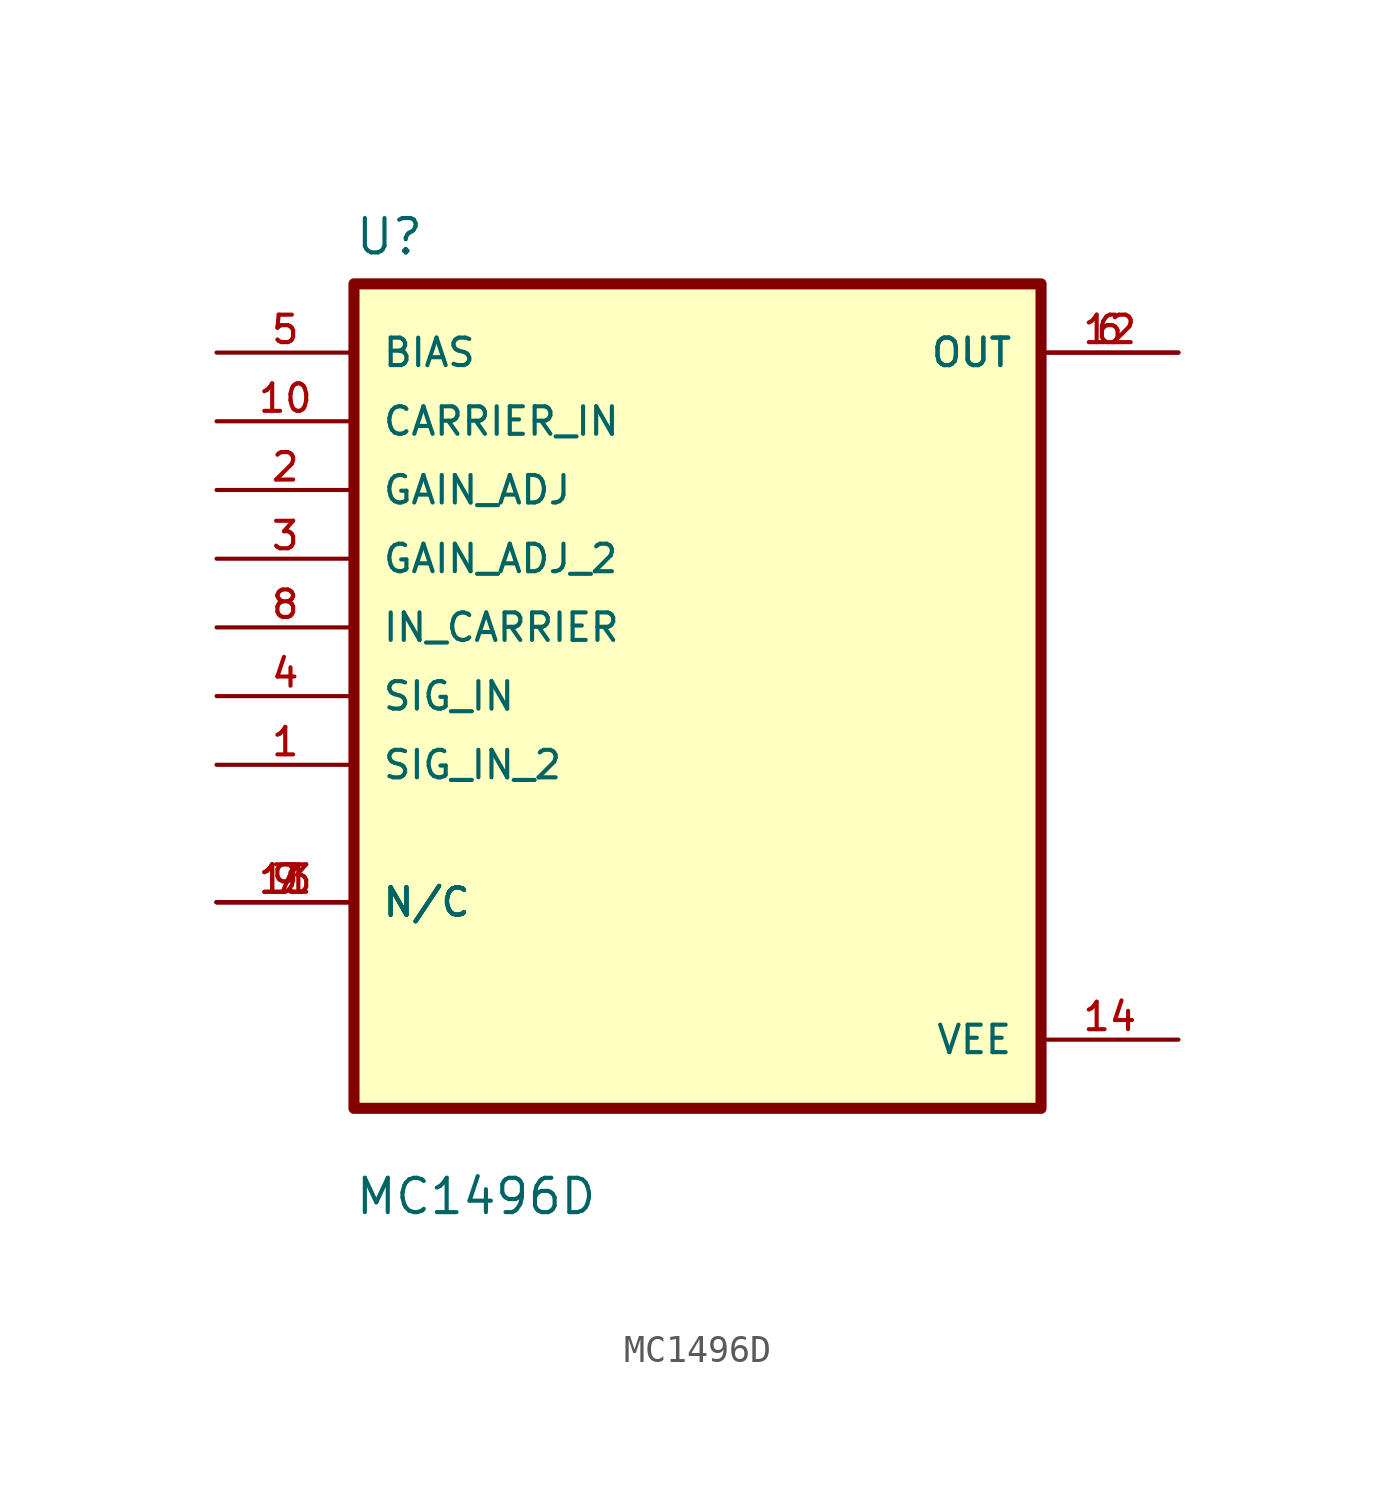
<source format=kicad_sym>
(kicad_symbol_lib
  (version 20211014)
  (generator kicad_symbol_editor)
  (symbol "MC1496D"
    (pin_names
      (offset 1.016))
    (property "Reference" "U"
      (at -12.7 16.24 0.0)
      (effects (font (size 1.27 1.27)) (justify bottom left)))
    (property "Value" "MC1496D"
      (at -12.7 -19.24 0.0)
      (effects (font (size 1.27 1.27)) (justify bottom left)))
    (symbol "MC1496D_0_0"
      (rectangle (start -12.7 -15.24) (end 12.7 15.24) (stroke (width 0.41)) (fill (type background)))
      (pin input line (at -17.78 12.7 0) (length 5.08) (name "BIAS" (effects (font (size 1.016 1.016)))) (number "5" (effects (font (size 1.016 1.016)))))
      (pin input line (at -17.78 10.16 0) (length 5.08) (name "CARRIER_IN" (effects (font (size 1.016 1.016)))) (number "10" (effects (font (size 1.016 1.016)))))
      (pin input line (at -17.78 7.62 0) (length 5.08) (name "GAIN_ADJ" (effects (font (size 1.016 1.016)))) (number "2" (effects (font (size 1.016 1.016)))))
      (pin input line (at -17.78 5.08 0) (length 5.08) (name "GAIN_ADJ_2" (effects (font (size 1.016 1.016)))) (number "3" (effects (font (size 1.016 1.016)))))
      (pin input line (at -17.78 2.54 0) (length 5.08) (name "IN_CARRIER" (effects (font (size 1.016 1.016)))) (number "8" (effects (font (size 1.016 1.016)))))
      (pin input line (at -17.78 0.0 0) (length 5.08) (name "SIG_IN" (effects (font (size 1.016 1.016)))) (number "4" (effects (font (size 1.016 1.016)))))
      (pin input line (at -17.78 -2.54 0) (length 5.08) (name "SIG_IN_2" (effects (font (size 1.016 1.016)))) (number "1" (effects (font (size 1.016 1.016)))))
      (pin bidirectional line (at -17.78 -7.62 0) (length 5.08) (name "N/C" (effects (font (size 1.016 1.016)))) (number "7" (effects (font (size 1.016 1.016)))))
      (pin bidirectional line (at -17.78 -7.62 0) (length 5.08) (name "N/C" (effects (font (size 1.016 1.016)))) (number "9" (effects (font (size 1.016 1.016)))))
      (pin bidirectional line (at -17.78 -7.62 0) (length 5.08) (name "N/C" (effects (font (size 1.016 1.016)))) (number "11" (effects (font (size 1.016 1.016)))))
      (pin bidirectional line (at -17.78 -7.62 0) (length 5.08) (name "N/C" (effects (font (size 1.016 1.016)))) (number "13" (effects (font (size 1.016 1.016)))))
      (pin output line (at 17.78 12.7 180.0) (length 5.08) (name "OUT" (effects (font (size 1.016 1.016)))) (number "6" (effects (font (size 1.016 1.016)))))
      (pin output line (at 17.78 12.7 180.0) (length 5.08) (name "OUT" (effects (font (size 1.016 1.016)))) (number "12" (effects (font (size 1.016 1.016)))))
      (pin power_in line (at 17.78 -12.7 180.0) (length 5.08) (name "VEE" (effects (font (size 1.016 1.016)))) (number "14" (effects (font (size 1.016 1.016))))))))
</source>
